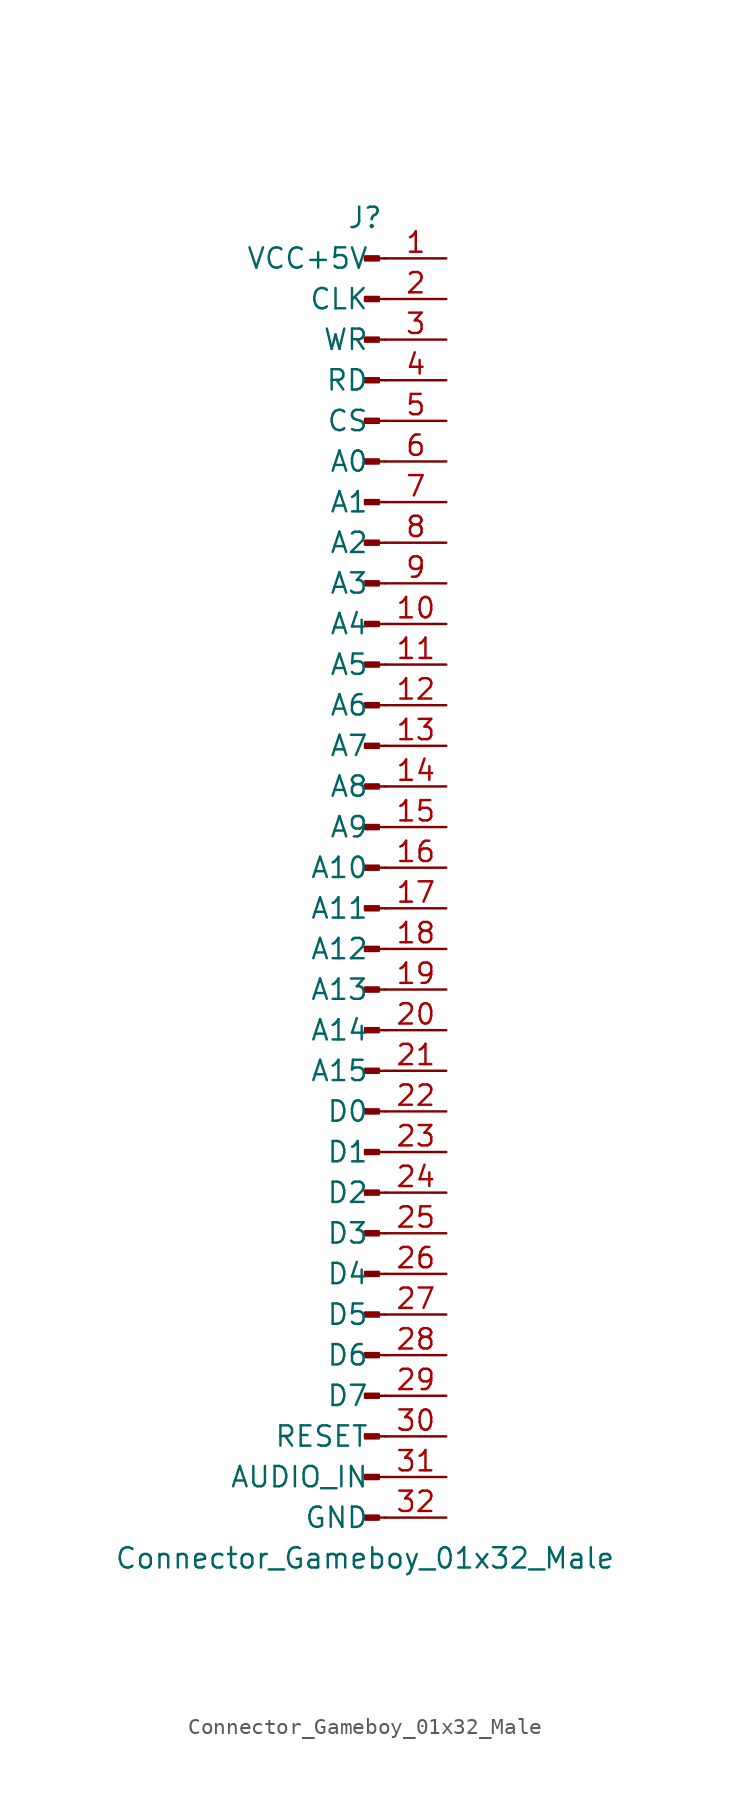
<source format=kicad_sym>
(kicad_symbol_lib
  (version 20211014)
  (generator kicad_symbol_editor)
  (symbol "Connector_Gameboy_01x32_Male"
    (pin_names
      (offset 1.016))
    (property "Reference" "J"
      (at 0 40.64 0)
      (effects (font (size 1.27 1.27))))
    (property "Value" "Connector_Gameboy_01x32_Male"
      (at 0 -43.18 0)
      (effects (font (size 1.27 1.27))))
    (symbol "Connector_Gameboy_01x32_Male_1_1"
      (polyline (pts (xy 1.27 -40.64) (xy 0.864 -40.64)) (stroke (width 0.152) (type default) (color 0 0 0 0)) (fill (type none)))
      (polyline (pts (xy 1.27 -38.1) (xy 0.864 -38.1)) (stroke (width 0.152) (type default) (color 0 0 0 0)) (fill (type none)))
      (polyline (pts (xy 1.27 -35.56) (xy 0.864 -35.56)) (stroke (width 0.152) (type default) (color 0 0 0 0)) (fill (type none)))
      (polyline (pts (xy 1.27 -33.02) (xy 0.864 -33.02)) (stroke (width 0.152) (type default) (color 0 0 0 0)) (fill (type none)))
      (polyline (pts (xy 1.27 -30.48) (xy 0.864 -30.48)) (stroke (width 0.152) (type default) (color 0 0 0 0)) (fill (type none)))
      (polyline (pts (xy 1.27 -27.94) (xy 0.864 -27.94)) (stroke (width 0.152) (type default) (color 0 0 0 0)) (fill (type none)))
      (polyline (pts (xy 1.27 -25.4) (xy 0.864 -25.4)) (stroke (width 0.152) (type default) (color 0 0 0 0)) (fill (type none)))
      (polyline (pts (xy 1.27 -22.86) (xy 0.864 -22.86)) (stroke (width 0.152) (type default) (color 0 0 0 0)) (fill (type none)))
      (polyline (pts (xy 1.27 -20.32) (xy 0.864 -20.32)) (stroke (width 0.152) (type default) (color 0 0 0 0)) (fill (type none)))
      (polyline (pts (xy 1.27 -17.78) (xy 0.864 -17.78)) (stroke (width 0.152) (type default) (color 0 0 0 0)) (fill (type none)))
      (polyline (pts (xy 1.27 -15.24) (xy 0.864 -15.24)) (stroke (width 0.152) (type default) (color 0 0 0 0)) (fill (type none)))
      (polyline (pts (xy 1.27 -12.7) (xy 0.864 -12.7)) (stroke (width 0.152) (type default) (color 0 0 0 0)) (fill (type none)))
      (polyline (pts (xy 1.27 -10.16) (xy 0.864 -10.16)) (stroke (width 0.152) (type default) (color 0 0 0 0)) (fill (type none)))
      (polyline (pts (xy 1.27 -7.62) (xy 0.864 -7.62)) (stroke (width 0.152) (type default) (color 0 0 0 0)) (fill (type none)))
      (polyline (pts (xy 1.27 -5.08) (xy 0.864 -5.08)) (stroke (width 0.152) (type default) (color 0 0 0 0)) (fill (type none)))
      (polyline (pts (xy 1.27 -2.54) (xy 0.864 -2.54)) (stroke (width 0.152) (type default) (color 0 0 0 0)) (fill (type none)))
      (polyline (pts (xy 1.27 0) (xy 0.864 0)) (stroke (width 0.152) (type default) (color 0 0 0 0)) (fill (type none)))
      (polyline (pts (xy 1.27 2.54) (xy 0.864 2.54)) (stroke (width 0.152) (type default) (color 0 0 0 0)) (fill (type none)))
      (polyline (pts (xy 1.27 5.08) (xy 0.864 5.08)) (stroke (width 0.152) (type default) (color 0 0 0 0)) (fill (type none)))
      (polyline (pts (xy 1.27 7.62) (xy 0.864 7.62)) (stroke (width 0.152) (type default) (color 0 0 0 0)) (fill (type none)))
      (polyline (pts (xy 1.27 10.16) (xy 0.864 10.16)) (stroke (width 0.152) (type default) (color 0 0 0 0)) (fill (type none)))
      (polyline (pts (xy 1.27 12.7) (xy 0.864 12.7)) (stroke (width 0.152) (type default) (color 0 0 0 0)) (fill (type none)))
      (polyline (pts (xy 1.27 15.24) (xy 0.864 15.24)) (stroke (width 0.152) (type default) (color 0 0 0 0)) (fill (type none)))
      (polyline (pts (xy 1.27 17.78) (xy 0.864 17.78)) (stroke (width 0.152) (type default) (color 0 0 0 0)) (fill (type none)))
      (polyline (pts (xy 1.27 20.32) (xy 0.864 20.32)) (stroke (width 0.152) (type default) (color 0 0 0 0)) (fill (type none)))
      (polyline (pts (xy 1.27 22.86) (xy 0.864 22.86)) (stroke (width 0.152) (type default) (color 0 0 0 0)) (fill (type none)))
      (polyline (pts (xy 1.27 25.4) (xy 0.864 25.4)) (stroke (width 0.152) (type default) (color 0 0 0 0)) (fill (type none)))
      (polyline (pts (xy 1.27 27.94) (xy 0.864 27.94)) (stroke (width 0.152) (type default) (color 0 0 0 0)) (fill (type none)))
      (polyline (pts (xy 1.27 30.48) (xy 0.864 30.48)) (stroke (width 0.152) (type default) (color 0 0 0 0)) (fill (type none)))
      (polyline (pts (xy 1.27 33.02) (xy 0.864 33.02)) (stroke (width 0.152) (type default) (color 0 0 0 0)) (fill (type none)))
      (polyline (pts (xy 1.27 35.56) (xy 0.864 35.56)) (stroke (width 0.152) (type default) (color 0 0 0 0)) (fill (type none)))
      (polyline (pts (xy 1.27 38.1) (xy 0.864 38.1)) (stroke (width 0.152) (type default) (color 0 0 0 0)) (fill (type none)))
      (rectangle (start 0.864 -40.513) (end 0 -40.767) (stroke (width 0.152) (type default) (color 0 0 0 0)) (fill (type outline)))
      (rectangle (start 0.864 -37.973) (end 0 -38.227) (stroke (width 0.152) (type default) (color 0 0 0 0)) (fill (type outline)))
      (rectangle (start 0.864 -35.433) (end 0 -35.687) (stroke (width 0.152) (type default) (color 0 0 0 0)) (fill (type outline)))
      (rectangle (start 0.864 -32.893) (end 0 -33.147) (stroke (width 0.152) (type default) (color 0 0 0 0)) (fill (type outline)))
      (rectangle (start 0.864 -30.353) (end 0 -30.607) (stroke (width 0.152) (type default) (color 0 0 0 0)) (fill (type outline)))
      (rectangle (start 0.864 -27.813) (end 0 -28.067) (stroke (width 0.152) (type default) (color 0 0 0 0)) (fill (type outline)))
      (rectangle (start 0.864 -25.273) (end 0 -25.527) (stroke (width 0.152) (type default) (color 0 0 0 0)) (fill (type outline)))
      (rectangle (start 0.864 -22.733) (end 0 -22.987) (stroke (width 0.152) (type default) (color 0 0 0 0)) (fill (type outline)))
      (rectangle (start 0.864 -20.193) (end 0 -20.447) (stroke (width 0.152) (type default) (color 0 0 0 0)) (fill (type outline)))
      (rectangle (start 0.864 -17.653) (end 0 -17.907) (stroke (width 0.152) (type default) (color 0 0 0 0)) (fill (type outline)))
      (rectangle (start 0.864 -15.113) (end 0 -15.367) (stroke (width 0.152) (type default) (color 0 0 0 0)) (fill (type outline)))
      (rectangle (start 0.864 -12.573) (end 0 -12.827) (stroke (width 0.152) (type default) (color 0 0 0 0)) (fill (type outline)))
      (rectangle (start 0.864 -10.033) (end 0 -10.287) (stroke (width 0.152) (type default) (color 0 0 0 0)) (fill (type outline)))
      (rectangle (start 0.864 -7.493) (end 0 -7.747) (stroke (width 0.152) (type default) (color 0 0 0 0)) (fill (type outline)))
      (rectangle (start 0.864 -4.953) (end 0 -5.207) (stroke (width 0.152) (type default) (color 0 0 0 0)) (fill (type outline)))
      (rectangle (start 0.864 -2.413) (end 0 -2.667) (stroke (width 0.152) (type default) (color 0 0 0 0)) (fill (type outline)))
      (rectangle (start 0.864 0.127) (end 0 -0.127) (stroke (width 0.152) (type default) (color 0 0 0 0)) (fill (type outline)))
      (rectangle (start 0.864 2.667) (end 0 2.413) (stroke (width 0.152) (type default) (color 0 0 0 0)) (fill (type outline)))
      (rectangle (start 0.864 5.207) (end 0 4.953) (stroke (width 0.152) (type default) (color 0 0 0 0)) (fill (type outline)))
      (rectangle (start 0.864 7.747) (end 0 7.493) (stroke (width 0.152) (type default) (color 0 0 0 0)) (fill (type outline)))
      (rectangle (start 0.864 10.287) (end 0 10.033) (stroke (width 0.152) (type default) (color 0 0 0 0)) (fill (type outline)))
      (rectangle (start 0.864 12.827) (end 0 12.573) (stroke (width 0.152) (type default) (color 0 0 0 0)) (fill (type outline)))
      (rectangle (start 0.864 15.367) (end 0 15.113) (stroke (width 0.152) (type default) (color 0 0 0 0)) (fill (type outline)))
      (rectangle (start 0.864 17.907) (end 0 17.653) (stroke (width 0.152) (type default) (color 0 0 0 0)) (fill (type outline)))
      (rectangle (start 0.864 20.447) (end 0 20.193) (stroke (width 0.152) (type default) (color 0 0 0 0)) (fill (type outline)))
      (rectangle (start 0.864 22.987) (end 0 22.733) (stroke (width 0.152) (type default) (color 0 0 0 0)) (fill (type outline)))
      (rectangle (start 0.864 25.527) (end 0 25.273) (stroke (width 0.152) (type default) (color 0 0 0 0)) (fill (type outline)))
      (rectangle (start 0.864 28.067) (end 0 27.813) (stroke (width 0.152) (type default) (color 0 0 0 0)) (fill (type outline)))
      (rectangle (start 0.864 30.607) (end 0 30.353) (stroke (width 0.152) (type default) (color 0 0 0 0)) (fill (type outline)))
      (rectangle (start 0.864 33.147) (end 0 32.893) (stroke (width 0.152) (type default) (color 0 0 0 0)) (fill (type outline)))
      (rectangle (start 0.864 35.687) (end 0 35.433) (stroke (width 0.152) (type default) (color 0 0 0 0)) (fill (type outline)))
      (rectangle (start 0.864 38.227) (end 0 37.973) (stroke (width 0.152) (type default) (color 0 0 0 0)) (fill (type outline)))
      (pin power_in line (at 5.08 38.1 180) (length 3.81) (name "VCC+5V" (effects (font (size 1.27 1.27)))) (number "1" (effects (font (size 1.27 1.27)))))
      (pin passive line (at 5.08 15.24 180) (length 3.81) (name "A4" (effects (font (size 1.27 1.27)))) (number "10" (effects (font (size 1.27 1.27)))))
      (pin passive line (at 5.08 12.7 180) (length 3.81) (name "A5" (effects (font (size 1.27 1.27)))) (number "11" (effects (font (size 1.27 1.27)))))
      (pin passive line (at 5.08 10.16 180) (length 3.81) (name "A6" (effects (font (size 1.27 1.27)))) (number "12" (effects (font (size 1.27 1.27)))))
      (pin passive line (at 5.08 7.62 180) (length 3.81) (name "A7" (effects (font (size 1.27 1.27)))) (number "13" (effects (font (size 1.27 1.27)))))
      (pin passive line (at 5.08 5.08 180) (length 3.81) (name "A8" (effects (font (size 1.27 1.27)))) (number "14" (effects (font (size 1.27 1.27)))))
      (pin passive line (at 5.08 2.54 180) (length 3.81) (name "A9" (effects (font (size 1.27 1.27)))) (number "15" (effects (font (size 1.27 1.27)))))
      (pin passive line (at 5.08 0 180) (length 3.81) (name "A10" (effects (font (size 1.27 1.27)))) (number "16" (effects (font (size 1.27 1.27)))))
      (pin passive line (at 5.08 -2.54 180) (length 3.81) (name "A11" (effects (font (size 1.27 1.27)))) (number "17" (effects (font (size 1.27 1.27)))))
      (pin passive line (at 5.08 -5.08 180) (length 3.81) (name "A12" (effects (font (size 1.27 1.27)))) (number "18" (effects (font (size 1.27 1.27)))))
      (pin passive line (at 5.08 -7.62 180) (length 3.81) (name "A13" (effects (font (size 1.27 1.27)))) (number "19" (effects (font (size 1.27 1.27)))))
      (pin passive line (at 5.08 35.56 180) (length 3.81) (name "CLK" (effects (font (size 1.27 1.27)))) (number "2" (effects (font (size 1.27 1.27)))))
      (pin passive line (at 5.08 -10.16 180) (length 3.81) (name "A14" (effects (font (size 1.27 1.27)))) (number "20" (effects (font (size 1.27 1.27)))))
      (pin passive line (at 5.08 -12.7 180) (length 3.81) (name "A15" (effects (font (size 1.27 1.27)))) (number "21" (effects (font (size 1.27 1.27)))))
      (pin passive line (at 5.08 -15.24 180) (length 3.81) (name "D0" (effects (font (size 1.27 1.27)))) (number "22" (effects (font (size 1.27 1.27)))))
      (pin passive line (at 5.08 -17.78 180) (length 3.81) (name "D1" (effects (font (size 1.27 1.27)))) (number "23" (effects (font (size 1.27 1.27)))))
      (pin passive line (at 5.08 -20.32 180) (length 3.81) (name "D2" (effects (font (size 1.27 1.27)))) (number "24" (effects (font (size 1.27 1.27)))))
      (pin passive line (at 5.08 -22.86 180) (length 3.81) (name "D3" (effects (font (size 1.27 1.27)))) (number "25" (effects (font (size 1.27 1.27)))))
      (pin passive line (at 5.08 -25.4 180) (length 3.81) (name "D4" (effects (font (size 1.27 1.27)))) (number "26" (effects (font (size 1.27 1.27)))))
      (pin passive line (at 5.08 -27.94 180) (length 3.81) (name "D5" (effects (font (size 1.27 1.27)))) (number "27" (effects (font (size 1.27 1.27)))))
      (pin passive line (at 5.08 -30.48 180) (length 3.81) (name "D6" (effects (font (size 1.27 1.27)))) (number "28" (effects (font (size 1.27 1.27)))))
      (pin passive line (at 5.08 -33.02 180) (length 3.81) (name "D7" (effects (font (size 1.27 1.27)))) (number "29" (effects (font (size 1.27 1.27)))))
      (pin passive line (at 5.08 33.02 180) (length 3.81) (name "WR" (effects (font (size 1.27 1.27)))) (number "3" (effects (font (size 1.27 1.27)))))
      (pin passive line (at 5.08 -35.56 180) (length 3.81) (name "RESET" (effects (font (size 1.27 1.27)))) (number "30" (effects (font (size 1.27 1.27)))))
      (pin passive line (at 5.08 -38.1 180) (length 3.81) (name "AUDIO_IN" (effects (font (size 1.27 1.27)))) (number "31" (effects (font (size 1.27 1.27)))))
      (pin passive line (at 5.08 -40.64 180) (length 3.81) (name "GND" (effects (font (size 1.27 1.27)))) (number "32" (effects (font (size 1.27 1.27)))))
      (pin passive line (at 5.08 30.48 180) (length 3.81) (name "RD" (effects (font (size 1.27 1.27)))) (number "4" (effects (font (size 1.27 1.27)))))
      (pin passive line (at 5.08 27.94 180) (length 3.81) (name "CS" (effects (font (size 1.27 1.27)))) (number "5" (effects (font (size 1.27 1.27)))))
      (pin passive line (at 5.08 25.4 180) (length 3.81) (name "A0" (effects (font (size 1.27 1.27)))) (number "6" (effects (font (size 1.27 1.27)))))
      (pin passive line (at 5.08 22.86 180) (length 3.81) (name "A1" (effects (font (size 1.27 1.27)))) (number "7" (effects (font (size 1.27 1.27)))))
      (pin passive line (at 5.08 20.32 180) (length 3.81) (name "A2" (effects (font (size 1.27 1.27)))) (number "8" (effects (font (size 1.27 1.27)))))
      (pin passive line (at 5.08 17.78 180) (length 3.81) (name "A3" (effects (font (size 1.27 1.27)))) (number "9" (effects (font (size 1.27 1.27))))))))
</source>
